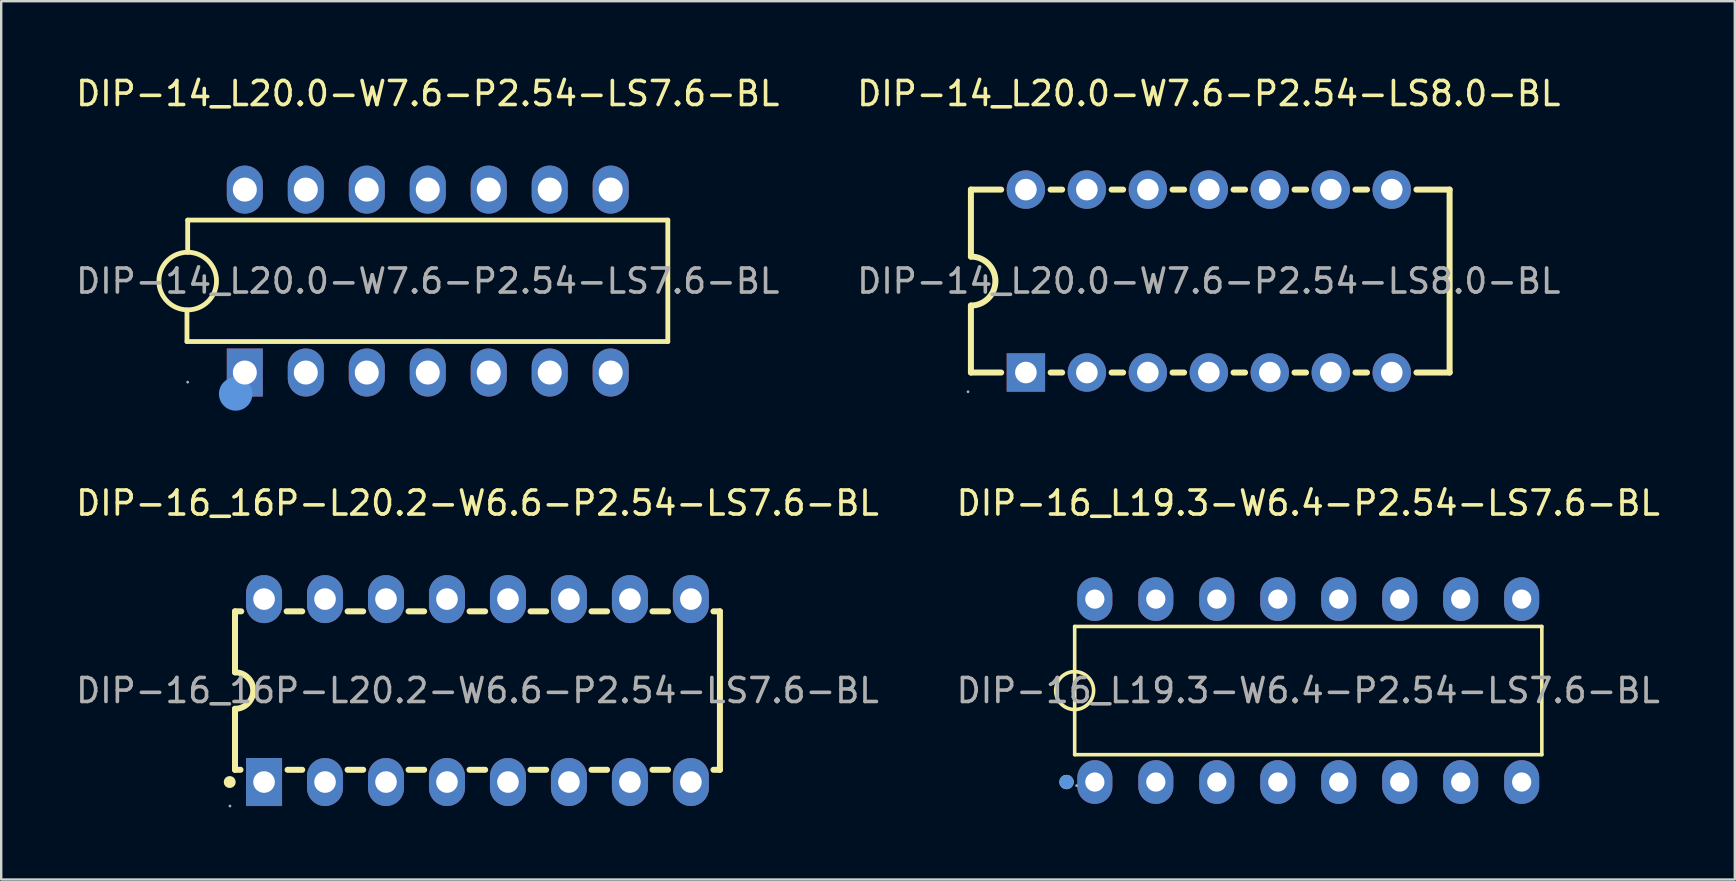
<source format=kicad_pcb>
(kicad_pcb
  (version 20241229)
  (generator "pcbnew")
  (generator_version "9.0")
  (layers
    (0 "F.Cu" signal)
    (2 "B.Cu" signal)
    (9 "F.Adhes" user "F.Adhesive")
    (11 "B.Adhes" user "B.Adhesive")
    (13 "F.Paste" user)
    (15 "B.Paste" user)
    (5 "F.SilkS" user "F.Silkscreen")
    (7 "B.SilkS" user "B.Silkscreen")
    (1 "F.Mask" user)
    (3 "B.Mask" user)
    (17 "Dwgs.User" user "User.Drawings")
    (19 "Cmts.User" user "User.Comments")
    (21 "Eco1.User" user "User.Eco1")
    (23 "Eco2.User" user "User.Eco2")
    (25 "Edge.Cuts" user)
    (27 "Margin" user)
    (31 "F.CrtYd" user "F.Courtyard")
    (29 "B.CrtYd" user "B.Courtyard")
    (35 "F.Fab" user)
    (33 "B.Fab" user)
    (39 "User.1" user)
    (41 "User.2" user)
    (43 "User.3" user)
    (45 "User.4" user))
  (footprint "DIP-16_L19.3-W6.4-P2.54-LS7.6-BL"
    (layer "F.Cu")
    (at 51.446 25.716)
    (property "Reference" "DIP-16_L19.3-W6.4-P2.54-LS7.6-BL" (at 0 -7.81 0) (layer "F.SilkS") (effects (font (size 1 1) (thickness 0.15))))
    (attr through_hole)
    (fp_line (start -9.73 -2.67) (end 9.73 -2.67) (stroke (width 0.15) (type solid)) (layer "F.SilkS"))
    (fp_line (start -9.73 2.67) (end -9.73 -2.67) (stroke (width 0.15) (type solid)) (layer "F.SilkS"))
    (fp_line (start 9.73 -2.67) (end 9.73 2.67) (stroke (width 0.15) (type solid)) (layer "F.SilkS"))
    (fp_line (start 9.73 2.67) (end -9.73 2.67) (stroke (width 0.15) (type solid)) (layer "F.SilkS"))
    (fp_arc (start -9.743787 0.78988) (mid -9.723106 -0.78997) (end -9.73 0.79) (stroke (width 0.15) (type solid)) (layer "F.SilkS"))
    (fp_circle (center -10.07 3.81) (end -9.92 3.81) (stroke (width 0.3) (type solid)) (fill no) (layer "F.SilkS"))
    (fp_circle (center -10.07 3.81) (end -9.92 3.81) (stroke (width 0.3) (type solid)) (fill no) (layer "Cmts.User"))
    (fp_circle (center -9.65 3.96) (end -9.62 3.96) (stroke (width 0.06) (type solid)) (fill no) (layer "F.Fab"))
    (fp_text user "${REFERENCE}" (at 0 0 0) (layer "F.Fab") (effects (font (size 1 1) (thickness 0.15))))
    (pad "1" thru_hole oval (at -8.89 3.81) (size 1.46 1.82) (drill 0.8) (layers "*.Cu" "*.Paste" "*.Mask"))
    (pad "2" thru_hole oval (at -6.35 3.81) (size 1.46 1.82) (drill 0.8) (layers "*.Cu" "*.Paste" "*.Mask"))
    (pad "3" thru_hole oval (at -3.81 3.81) (size 1.46 1.82) (drill 0.8) (layers "*.Cu" "*.Paste" "*.Mask"))
    (pad "4" thru_hole oval (at -1.27 3.81) (size 1.46 1.82) (drill 0.8) (layers "*.Cu" "*.Paste" "*.Mask"))
    (pad "5" thru_hole oval (at 1.27 3.81) (size 1.46 1.82) (drill 0.8) (layers "*.Cu" "*.Paste" "*.Mask"))
    (pad "6" thru_hole oval (at 3.81 3.81) (size 1.46 1.82) (drill 0.8) (layers "*.Cu" "*.Paste" "*.Mask"))
    (pad "7" thru_hole oval (at 6.35 3.81) (size 1.46 1.82) (drill 0.8) (layers "*.Cu" "*.Paste" "*.Mask"))
    (pad "8" thru_hole oval (at 8.89 3.81) (size 1.46 1.82) (drill 0.8) (layers "*.Cu" "*.Paste" "*.Mask"))
    (pad "9" thru_hole oval (at 8.89 -3.81) (size 1.46 1.82) (drill 0.8) (layers "*.Cu" "*.Paste" "*.Mask"))
    (pad "10" thru_hole oval (at 6.35 -3.81) (size 1.46 1.82) (drill 0.8) (layers "*.Cu" "*.Paste" "*.Mask"))
    (pad "11" thru_hole oval (at 3.81 -3.81) (size 1.46 1.82) (drill 0.8) (layers "*.Cu" "*.Paste" "*.Mask"))
    (pad "12" thru_hole oval (at 1.27 -3.81) (size 1.46 1.82) (drill 0.8) (layers "*.Cu" "*.Paste" "*.Mask"))
    (pad "13" thru_hole oval (at -1.27 -3.81) (size 1.46 1.82) (drill 0.8) (layers "*.Cu" "*.Paste" "*.Mask"))
    (pad "14" thru_hole oval (at -3.81 -3.81) (size 1.46 1.82) (drill 0.8) (layers "*.Cu" "*.Paste" "*.Mask"))
    (pad "15" thru_hole oval (at -6.35 -3.81) (size 1.46 1.82) (drill 0.8) (layers "*.Cu" "*.Paste" "*.Mask"))
    (pad "16" thru_hole oval (at -8.89 -3.81) (size 1.46 1.82) (drill 0.8) (layers "*.Cu" "*.Paste" "*.Mask")))
  (footprint "DIP-16_16P-L20.2-W6.6-P2.54-LS7.6-BL"
    (layer "F.Cu")
    (at 16.839 25.716)
    (property "Reference" "DIP-16_16P-L20.2-W6.6-P2.54-LS7.6-BL" (at 0 -7.81 0) (layer "F.SilkS") (effects (font (size 1 1) (thickness 0.15))))
    (attr through_hole)
    (fp_line (start -10.1 -3.3) (end -10.1 -0.76) (stroke (width 0.25) (type solid)) (layer "F.SilkS"))
    (fp_line (start -10.1 -3.3) (end -9.84 -3.3) (stroke (width 0.25) (type solid)) (layer "F.SilkS"))
    (fp_line (start -10.1 3.3) (end -10.1 0.76) (stroke (width 0.25) (type solid)) (layer "F.SilkS"))
    (fp_line (start -9.87 3.3) (end -10.1 3.3) (stroke (width 0.25) (type solid)) (layer "F.SilkS"))
    (fp_line (start -7.95 -3.3) (end -7.3 -3.3) (stroke (width 0.25) (type solid)) (layer "F.SilkS"))
    (fp_line (start -7.3 3.3) (end -7.91 3.3) (stroke (width 0.25) (type solid)) (layer "F.SilkS"))
    (fp_line (start -5.41 -3.3) (end -4.76 -3.3) (stroke (width 0.25) (type solid)) (layer "F.SilkS"))
    (fp_line (start -4.76 3.3) (end -5.41 3.3) (stroke (width 0.25) (type solid)) (layer "F.SilkS"))
    (fp_line (start -2.87 -3.3) (end -2.22 -3.3) (stroke (width 0.25) (type solid)) (layer "F.SilkS"))
    (fp_line (start -2.22 3.3) (end -2.87 3.3) (stroke (width 0.25) (type solid)) (layer "F.SilkS"))
    (fp_line (start -0.33 -3.3) (end 0.32 -3.3) (stroke (width 0.25) (type solid)) (layer "F.SilkS"))
    (fp_line (start 0.32 3.3) (end -0.33 3.3) (stroke (width 0.25) (type solid)) (layer "F.SilkS"))
    (fp_line (start 2.21 -3.3) (end 2.86 -3.3) (stroke (width 0.25) (type solid)) (layer "F.SilkS"))
    (fp_line (start 2.86 3.3) (end 2.21 3.3) (stroke (width 0.25) (type solid)) (layer "F.SilkS"))
    (fp_line (start 4.75 -3.3) (end 5.4 -3.3) (stroke (width 0.25) (type solid)) (layer "F.SilkS"))
    (fp_line (start 5.4 3.3) (end 4.75 3.3) (stroke (width 0.25) (type solid)) (layer "F.SilkS"))
    (fp_line (start 7.29 -3.3) (end 7.94 -3.3) (stroke (width 0.25) (type solid)) (layer "F.SilkS"))
    (fp_line (start 7.94 3.3) (end 7.29 3.3) (stroke (width 0.25) (type solid)) (layer "F.SilkS"))
    (fp_line (start 9.83 -3.3) (end 10.1 -3.3) (stroke (width 0.25) (type solid)) (layer "F.SilkS"))
    (fp_line (start 10.1 3.3) (end 9.83 3.3) (stroke (width 0.25) (type solid)) (layer "F.SilkS"))
    (fp_line (start 10.1 3.3) (end 10.1 -3.3) (stroke (width 0.25) (type solid)) (layer "F.SilkS"))
    (fp_arc (start -10.32 3.81) (mid -10.32 3.81) (end -10.32 3.81) (stroke (width 0.25) (type solid)) (layer "F.SilkS"))
    (fp_arc (start -10.1 -0.76) (mid -9.34 0) (end -10.1 0.76) (stroke (width 0.25) (type solid)) (layer "F.SilkS"))
    (fp_circle (center -10.31 4.81) (end -10.28 4.81) (stroke (width 0.06) (type solid)) (fill no) (layer "F.Fab"))
    (fp_circle (center -8.89 -3.81) (end -8.71 -3.81) (stroke (width 0.35) (type solid)) (fill no) (layer "F.Fab"))
    (fp_circle (center -8.89 3.81) (end -8.71 3.81) (stroke (width 0.35) (type solid)) (fill no) (layer "F.Fab"))
    (fp_circle (center -6.35 -3.81) (end -6.17 -3.81) (stroke (width 0.35) (type solid)) (fill no) (layer "F.Fab"))
    (fp_circle (center -6.35 3.81) (end -6.17 3.81) (stroke (width 0.35) (type solid)) (fill no) (layer "F.Fab"))
    (fp_circle (center -3.81 -3.81) (end -3.63 -3.81) (stroke (width 0.35) (type solid)) (fill no) (layer "F.Fab"))
    (fp_circle (center -3.81 3.81) (end -3.63 3.81) (stroke (width 0.35) (type solid)) (fill no) (layer "F.Fab"))
    (fp_circle (center -1.27 -3.81) (end -1.09 -3.81) (stroke (width 0.35) (type solid)) (fill no) (layer "F.Fab"))
    (fp_circle (center -1.27 3.81) (end -1.09 3.81) (stroke (width 0.35) (type solid)) (fill no) (layer "F.Fab"))
    (fp_circle (center 1.27 -3.81) (end 1.45 -3.81) (stroke (width 0.35) (type solid)) (fill no) (layer "F.Fab"))
    (fp_circle (center 1.27 3.81) (end 1.45 3.81) (stroke (width 0.35) (type solid)) (fill no) (layer "F.Fab"))
    (fp_circle (center 3.81 -3.81) (end 3.99 -3.81) (stroke (width 0.35) (type solid)) (fill no) (layer "F.Fab"))
    (fp_circle (center 3.81 3.81) (end 3.99 3.81) (stroke (width 0.35) (type solid)) (fill no) (layer "F.Fab"))
    (fp_circle (center 6.35 -3.81) (end 6.53 -3.81) (stroke (width 0.35) (type solid)) (fill no) (layer "F.Fab"))
    (fp_circle (center 6.35 3.81) (end 6.53 3.81) (stroke (width 0.35) (type solid)) (fill no) (layer "F.Fab"))
    (fp_circle (center 8.89 -3.81) (end 9.07 -3.81) (stroke (width 0.35) (type solid)) (fill no) (layer "F.Fab"))
    (fp_circle (center 8.89 3.81) (end 9.07 3.81) (stroke (width 0.35) (type solid)) (fill no) (layer "F.Fab"))
    (fp_text user "${REFERENCE}" (at 0 0 0) (layer "F.Fab") (effects (font (size 1 1) (thickness 0.15))))
    (pad "1" thru_hole rect (at -8.89 3.81 90) (size 2 1.5) (drill 0.9) (layers "*.Cu" "*.Paste" "*.Mask"))
    (pad "2" thru_hole oval (at -6.35 3.81 90) (size 2 1.5) (drill 0.9) (layers "*.Cu" "*.Paste" "*.Mask"))
    (pad "3" thru_hole oval (at -3.81 3.81 90) (size 2 1.5) (drill 0.9) (layers "*.Cu" "*.Paste" "*.Mask"))
    (pad "4" thru_hole oval (at -1.27 3.81 90) (size 2 1.5) (drill 0.9) (layers "*.Cu" "*.Paste" "*.Mask"))
    (pad "5" thru_hole oval (at 1.27 3.81 90) (size 2 1.5) (drill 0.9) (layers "*.Cu" "*.Paste" "*.Mask"))
    (pad "6" thru_hole oval (at 3.81 3.81 90) (size 2 1.5) (drill 0.9) (layers "*.Cu" "*.Paste" "*.Mask"))
    (pad "7" thru_hole oval (at 6.35 3.81 90) (size 2 1.5) (drill 0.9) (layers "*.Cu" "*.Paste" "*.Mask"))
    (pad "8" thru_hole oval (at 8.89 3.81 90) (size 2 1.5) (drill 0.9) (layers "*.Cu" "*.Paste" "*.Mask"))
    (pad "9" thru_hole oval (at 8.89 -3.81 90) (size 2 1.5) (drill 0.9) (layers "*.Cu" "*.Paste" "*.Mask"))
    (pad "10" thru_hole oval (at 6.35 -3.81 90) (size 2 1.5) (drill 0.9) (layers "*.Cu" "*.Paste" "*.Mask"))
    (pad "11" thru_hole oval (at 3.81 -3.81 90) (size 2 1.5) (drill 0.9) (layers "*.Cu" "*.Paste" "*.Mask"))
    (pad "12" thru_hole oval (at 1.27 -3.81 90) (size 2 1.5) (drill 0.9) (layers "*.Cu" "*.Paste" "*.Mask"))
    (pad "13" thru_hole oval (at -1.27 -3.81 90) (size 2 1.5) (drill 0.9) (layers "*.Cu" "*.Paste" "*.Mask"))
    (pad "14" thru_hole oval (at -3.81 -3.81 90) (size 2 1.5) (drill 0.9) (layers "*.Cu" "*.Paste" "*.Mask"))
    (pad "15" thru_hole oval (at -6.35 -3.81 90) (size 2 1.5) (drill 0.9) (layers "*.Cu" "*.Paste" "*.Mask"))
    (pad "16" thru_hole oval (at -8.89 -3.81 90) (size 2 1.5) (drill 0.9) (layers "*.Cu" "*.Paste" "*.Mask")))
  (footprint "DIP-14_L20.0-W7.6-P2.54-LS8.0-BL"
    (layer "F.Cu")
    (at 47.304 8.658)
    (property "Reference" "DIP-14_L20.0-W7.6-P2.54-LS8.0-BL" (at 0 -7.81 0) (layer "F.SilkS") (effects (font (size 1 1) (thickness 0.15))))
    (attr through_hole)
    (fp_line (start -9.91 -3.81) (end -9.91 -1.02) (stroke (width 0.25) (type solid)) (layer "F.SilkS"))
    (fp_line (start -9.91 -3.81) (end -8.65 -3.81) (stroke (width 0.25) (type solid)) (layer "F.SilkS"))
    (fp_line (start -9.91 3.81) (end -9.91 1.02) (stroke (width 0.25) (type solid)) (layer "F.SilkS"))
    (fp_line (start -8.65 3.81) (end -9.91 3.81) (stroke (width 0.25) (type solid)) (layer "F.SilkS"))
    (fp_line (start -6.59 -3.81) (end -6.11 -3.81) (stroke (width 0.25) (type solid)) (layer "F.SilkS"))
    (fp_line (start -6.11 3.81) (end -6.59 3.81) (stroke (width 0.25) (type solid)) (layer "F.SilkS"))
    (fp_line (start -4.05 -3.81) (end -3.57 -3.81) (stroke (width 0.25) (type solid)) (layer "F.SilkS"))
    (fp_line (start -3.57 3.81) (end -4.05 3.81) (stroke (width 0.25) (type solid)) (layer "F.SilkS"))
    (fp_line (start -1.51 -3.81) (end -1.03 -3.81) (stroke (width 0.25) (type solid)) (layer "F.SilkS"))
    (fp_line (start -1.03 3.81) (end -1.51 3.81) (stroke (width 0.25) (type solid)) (layer "F.SilkS"))
    (fp_line (start 1.03 -3.81) (end 1.51 -3.81) (stroke (width 0.25) (type solid)) (layer "F.SilkS"))
    (fp_line (start 1.51 3.81) (end 1.03 3.81) (stroke (width 0.25) (type solid)) (layer "F.SilkS"))
    (fp_line (start 3.57 -3.81) (end 4.05 -3.81) (stroke (width 0.25) (type solid)) (layer "F.SilkS"))
    (fp_line (start 4.05 3.81) (end 3.57 3.81) (stroke (width 0.25) (type solid)) (layer "F.SilkS"))
    (fp_line (start 6.11 -3.81) (end 6.59 -3.81) (stroke (width 0.25) (type solid)) (layer "F.SilkS"))
    (fp_line (start 6.59 3.81) (end 6.11 3.81) (stroke (width 0.25) (type solid)) (layer "F.SilkS"))
    (fp_line (start 8.65 -3.81) (end 10.03 -3.81) (stroke (width 0.25) (type solid)) (layer "F.SilkS"))
    (fp_line (start 10.03 -3.81) (end 10.03 3.81) (stroke (width 0.25) (type solid)) (layer "F.SilkS"))
    (fp_line (start 10.03 3.81) (end 8.65 3.81) (stroke (width 0.25) (type solid)) (layer "F.SilkS"))
    (fp_arc (start -9.91 -1.02) (mid -8.89 0) (end -9.91 1.02) (stroke (width 0.25) (type solid)) (layer "F.SilkS"))
    (fp_circle (center -10.03 4.61) (end -10 4.61) (stroke (width 0.06) (type solid)) (fill no) (layer "F.Fab"))
    (fp_circle (center -7.62 -3.81) (end -7.44 -3.81) (stroke (width 0.35) (type solid)) (fill no) (layer "F.Fab"))
    (fp_circle (center -7.62 3.81) (end -7.44 3.81) (stroke (width 0.35) (type solid)) (fill no) (layer "F.Fab"))
    (fp_circle (center -5.08 -3.81) (end -4.9 -3.81) (stroke (width 0.35) (type solid)) (fill no) (layer "F.Fab"))
    (fp_circle (center -5.08 3.81) (end -4.9 3.81) (stroke (width 0.35) (type solid)) (fill no) (layer "F.Fab"))
    (fp_circle (center -2.54 -3.81) (end -2.36 -3.81) (stroke (width 0.35) (type solid)) (fill no) (layer "F.Fab"))
    (fp_circle (center -2.54 3.81) (end -2.36 3.81) (stroke (width 0.35) (type solid)) (fill no) (layer "F.Fab"))
    (fp_circle (center 0 -3.81) (end 0.18 -3.81) (stroke (width 0.35) (type solid)) (fill no) (layer "F.Fab"))
    (fp_circle (center 0 3.81) (end 0.18 3.81) (stroke (width 0.35) (type solid)) (fill no) (layer "F.Fab"))
    (fp_circle (center 2.54 -3.81) (end 2.72 -3.81) (stroke (width 0.35) (type solid)) (fill no) (layer "F.Fab"))
    (fp_circle (center 2.54 3.81) (end 2.72 3.81) (stroke (width 0.35) (type solid)) (fill no) (layer "F.Fab"))
    (fp_circle (center 5.08 -3.81) (end 5.26 -3.81) (stroke (width 0.35) (type solid)) (fill no) (layer "F.Fab"))
    (fp_circle (center 5.08 3.81) (end 5.26 3.81) (stroke (width 0.35) (type solid)) (fill no) (layer "F.Fab"))
    (fp_circle (center 7.62 -3.81) (end 7.8 -3.81) (stroke (width 0.35) (type solid)) (fill no) (layer "F.Fab"))
    (fp_circle (center 7.62 3.81) (end 7.8 3.81) (stroke (width 0.35) (type solid)) (fill no) (layer "F.Fab"))
    (fp_text user "${REFERENCE}" (at 0 0 0) (layer "F.Fab") (effects (font (size 1 1) (thickness 0.15))))
    (pad "1" thru_hole rect (at -7.62 3.81) (size 1.6 1.6) (drill 0.9) (layers "*.Cu" "*.Paste" "*.Mask"))
    (pad "2" thru_hole circle (at -5.08 3.81) (size 1.6 1.6) (drill 0.9) (layers "*.Cu" "*.Paste" "*.Mask"))
    (pad "3" thru_hole circle (at -2.54 3.81) (size 1.6 1.6) (drill 0.9) (layers "*.Cu" "*.Paste" "*.Mask"))
    (pad "4" thru_hole circle (at 0 3.81) (size 1.6 1.6) (drill 0.9) (layers "*.Cu" "*.Paste" "*.Mask"))
    (pad "5" thru_hole circle (at 2.54 3.81) (size 1.6 1.6) (drill 0.9) (layers "*.Cu" "*.Paste" "*.Mask"))
    (pad "6" thru_hole circle (at 5.08 3.81) (size 1.6 1.6) (drill 0.9) (layers "*.Cu" "*.Paste" "*.Mask"))
    (pad "7" thru_hole circle (at 7.62 3.81) (size 1.6 1.6) (drill 0.9) (layers "*.Cu" "*.Paste" "*.Mask"))
    (pad "8" thru_hole circle (at 7.62 -3.81) (size 1.6 1.6) (drill 0.9) (layers "*.Cu" "*.Paste" "*.Mask"))
    (pad "9" thru_hole circle (at 5.08 -3.81) (size 1.6 1.6) (drill 0.9) (layers "*.Cu" "*.Paste" "*.Mask"))
    (pad "10" thru_hole circle (at 2.54 -3.81) (size 1.6 1.6) (drill 0.9) (layers "*.Cu" "*.Paste" "*.Mask"))
    (pad "11" thru_hole circle (at 0 -3.81) (size 1.6 1.6) (drill 0.9) (layers "*.Cu" "*.Paste" "*.Mask"))
    (pad "12" thru_hole circle (at -2.54 -3.81) (size 1.6 1.6) (drill 0.9) (layers "*.Cu" "*.Paste" "*.Mask"))
    (pad "13" thru_hole circle (at -5.08 -3.81) (size 1.6 1.6) (drill 0.9) (layers "*.Cu" "*.Paste" "*.Mask"))
    (pad "14" thru_hole circle (at -7.62 -3.81) (size 1.6 1.6) (drill 0.9) (layers "*.Cu" "*.Paste" "*.Mask")))
  (footprint "DIP-14_L20.0-W7.6-P2.54-LS7.6-BL"
    (layer "F.Cu")
    (at 14.768 8.658)
    (property "Reference" "DIP-14_L20.0-W7.6-P2.54-LS7.6-BL" (at 0 -7.81 0) (layer "F.SilkS") (effects (font (size 1 1) (thickness 0.15))))
    (attr through_hole)
    (fp_line (start -10.03 2.52) (end -10.03 1.2) (stroke (width 0.2) (type solid)) (layer "F.SilkS"))
    (fp_line (start -10 -2.54) (end 10 -2.54) (stroke (width 0.2) (type solid)) (layer "F.SilkS"))
    (fp_line (start -10 -1.2) (end -10 -2.54) (stroke (width 0.2) (type solid)) (layer "F.SilkS"))
    (fp_line (start 10 -2.54) (end 10 2.52) (stroke (width 0.2) (type solid)) (layer "F.SilkS"))
    (fp_line (start 10 2.52) (end -10.03 2.52) (stroke (width 0.2) (type solid)) (layer "F.SilkS"))
    (fp_arc (start -10.020943 1.199817) (mid -9.989528 -1.199954) (end -10 1.2) (stroke (width 0.2) (type solid)) (layer "F.SilkS"))
    (fp_circle (center -8 4.7) (end -7.65 4.7) (stroke (width 0.7) (type solid)) (fill no) (layer "Cmts.User"))
    (fp_circle (center -10 4.21) (end -9.97 4.21) (stroke (width 0.06) (type solid)) (fill no) (layer "F.Fab"))
    (fp_text user "${REFERENCE}" (at 0 0 0) (layer "F.Fab") (effects (font (size 1 1) (thickness 0.15))))
    (pad "1" thru_hole rect (at -7.62 3.81 90) (size 2 1.5) (drill 1) (layers "*.Cu" "*.Paste" "*.Mask"))
    (pad "2" thru_hole oval (at -5.08 3.81 90) (size 2 1.5) (drill 1) (layers "*.Cu" "*.Paste" "*.Mask"))
    (pad "3" thru_hole oval (at -2.54 3.81 90) (size 2 1.5) (drill 1) (layers "*.Cu" "*.Paste" "*.Mask"))
    (pad "4" thru_hole oval (at 0 3.81 90) (size 2 1.5) (drill 1) (layers "*.Cu" "*.Paste" "*.Mask"))
    (pad "5" thru_hole oval (at 2.54 3.81 90) (size 2 1.5) (drill 1) (layers "*.Cu" "*.Paste" "*.Mask"))
    (pad "6" thru_hole oval (at 5.08 3.81 90) (size 2 1.5) (drill 1) (layers "*.Cu" "*.Paste" "*.Mask"))
    (pad "7" thru_hole oval (at 7.62 3.81 90) (size 2 1.5) (drill 1) (layers "*.Cu" "*.Paste" "*.Mask"))
    (pad "8" thru_hole oval (at 7.62 -3.81 90) (size 2 1.5) (drill 1) (layers "*.Cu" "*.Paste" "*.Mask"))
    (pad "9" thru_hole oval (at 5.08 -3.81 90) (size 2 1.5) (drill 1) (layers "*.Cu" "*.Paste" "*.Mask"))
    (pad "10" thru_hole oval (at 2.54 -3.81 90) (size 2 1.5) (drill 1) (layers "*.Cu" "*.Paste" "*.Mask"))
    (pad "11" thru_hole oval (at 0 -3.81 90) (size 2 1.5) (drill 1) (layers "*.Cu" "*.Paste" "*.Mask"))
    (pad "12" thru_hole oval (at -2.54 -3.81 90) (size 2 1.5) (drill 1) (layers "*.Cu" "*.Paste" "*.Mask"))
    (pad "13" thru_hole oval (at -5.08 -3.81 90) (size 2 1.5) (drill 1) (layers "*.Cu" "*.Paste" "*.Mask"))
    (pad "14" thru_hole oval (at -7.62 -3.81 90) (size 2 1.5) (drill 1) (layers "*.Cu" "*.Paste" "*.Mask")))
  (gr_rect
    (start -3 -3)
    (end 69.214 33.587)
    (stroke (width 0.1) (type default))
    (fill no)
    (layer "Edge.Cuts")))
</source>
